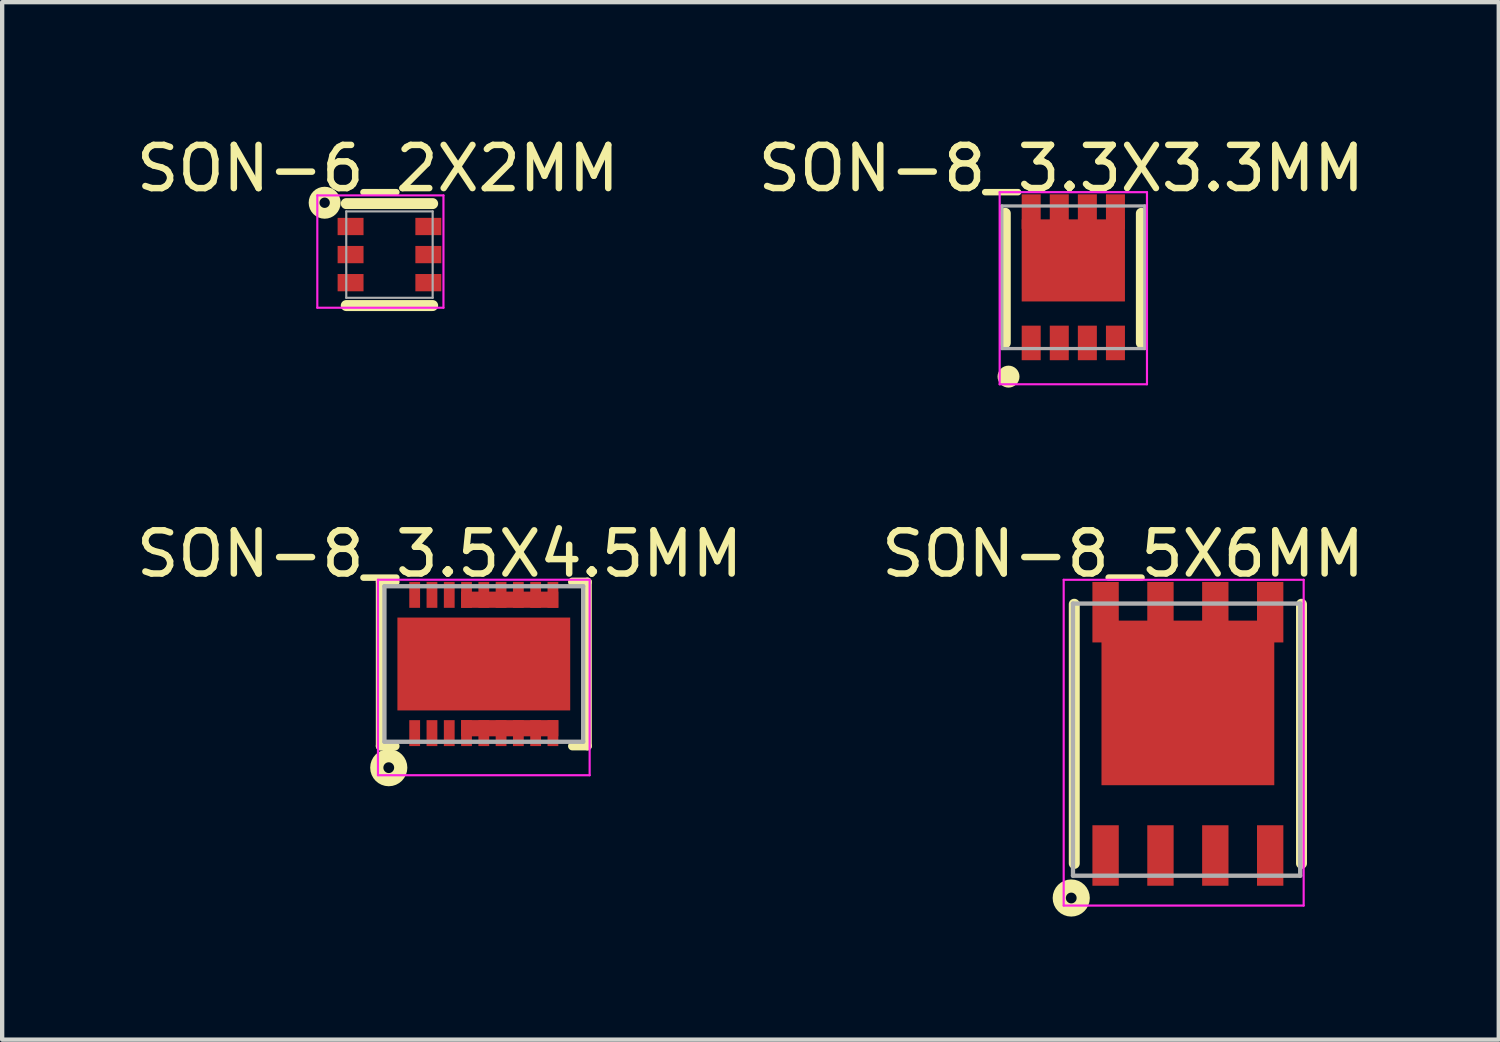
<source format=kicad_pcb>
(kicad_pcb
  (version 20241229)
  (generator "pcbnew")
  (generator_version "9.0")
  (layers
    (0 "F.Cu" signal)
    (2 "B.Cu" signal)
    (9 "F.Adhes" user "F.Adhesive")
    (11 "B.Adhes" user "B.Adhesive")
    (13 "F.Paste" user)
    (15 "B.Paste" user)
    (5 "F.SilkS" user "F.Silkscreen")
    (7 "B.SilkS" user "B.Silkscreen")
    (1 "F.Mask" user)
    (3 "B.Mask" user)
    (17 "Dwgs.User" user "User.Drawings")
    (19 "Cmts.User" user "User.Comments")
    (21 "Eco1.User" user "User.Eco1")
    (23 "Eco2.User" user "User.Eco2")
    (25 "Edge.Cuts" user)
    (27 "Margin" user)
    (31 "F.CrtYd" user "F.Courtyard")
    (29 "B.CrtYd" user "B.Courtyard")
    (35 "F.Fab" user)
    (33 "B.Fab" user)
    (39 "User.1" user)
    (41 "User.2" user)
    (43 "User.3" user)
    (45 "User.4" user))
  (footprint "SON-6_2X2MM"
    (layer "F.Cu")
    (at 5.965 2.843)
    (property "Reference" "SON-6_2X2MM" (at -0.269 -1.994 0) (layer "F.SilkS") (effects (font (size 1 1) (thickness 0.15))))
    (attr through_hole)
    (fp_line (start -1 -1.18) (end 1 -1.18) (stroke (width 0.254) (type solid)) (layer "F.SilkS"))
    (fp_line (start -1 1.18) (end 1 1.18) (stroke (width 0.254) (type solid)) (layer "F.SilkS"))
    (fp_circle (center -1.5 -1.2) (end -1.38 -1.2) (stroke (width 0.25) (type solid)) (fill no) (layer "F.SilkS"))
    (fp_line (start -1.67 -1.37) (end 1.25 -1.37) (stroke (width 0.05) (type solid)) (layer "F.CrtYd"))
    (fp_line (start -1.67 1.23) (end -1.67 -1.37) (stroke (width 0.05) (type solid)) (layer "F.CrtYd"))
    (fp_line (start 1.25 -1.37) (end 1.25 1.23) (stroke (width 0.05) (type solid)) (layer "F.CrtYd"))
    (fp_line (start 1.25 1.23) (end -1.67 1.23) (stroke (width 0.05) (type solid)) (layer "F.CrtYd"))
    (fp_line (start -1 -1) (end 1 -1) (stroke (width 0.05) (type solid)) (layer "F.Fab"))
    (fp_line (start -1 1) (end -1 -1) (stroke (width 0.05) (type solid)) (layer "F.Fab"))
    (fp_line (start -1 1) (end 1 1) (stroke (width 0.05) (type solid)) (layer "F.Fab"))
    (fp_line (start 1 1) (end 1 -1) (stroke (width 0.05) (type solid)) (layer "F.Fab"))
    (pad "1" smd rect (at -0.9 -0.65 90) (size 0.4 0.6) (layers "F.Cu" "F.Mask" "F.Paste"))
    (pad "2" smd rect (at -0.9 0 90) (size 0.4 0.6) (layers "F.Cu" "F.Mask" "F.Paste"))
    (pad "3" smd rect (at -0.9 0.65 90) (size 0.4 0.6) (layers "F.Cu" "F.Mask" "F.Paste"))
    (pad "4" smd rect (at 0.9 0.65 90) (size 0.4 0.6) (layers "F.Cu" "F.Mask" "F.Paste"))
    (pad "5" smd rect (at 0.9 0 90) (size 0.4 0.6) (layers "F.Cu" "F.Mask" "F.Paste"))
    (pad "6" smd rect (at 0.9 -0.65 90) (size 0.4 0.6) (layers "F.Cu" "F.Mask" "F.Paste")))
  (footprint "SON-8_3.5X4.5MM"
    (layer "F.Cu")
    (at 8.149 12.32)
    (property "Reference" "SON-8_3.5X4.5MM" (at -1.024 -2.549 0) (layer "F.SilkS") (effects (font (size 1 1) (thickness 0.15))))
    (attr through_hole)
    (fp_line (start -2.4 -1.9) (end -2.05 -1.9) (stroke (width 0.2) (type solid)) (layer "F.SilkS"))
    (fp_line (start -2.4 1.9) (end -2.4 -1.9) (stroke (width 0.2) (type solid)) (layer "F.SilkS"))
    (fp_line (start -2.4 1.9) (end -2.05 1.9) (stroke (width 0.2) (type solid)) (layer "F.SilkS"))
    (fp_line (start 2.05 -1.9) (end 2.4 -1.9) (stroke (width 0.2) (type solid)) (layer "F.SilkS"))
    (fp_line (start 2.05 1.9) (end 2.4 1.9) (stroke (width 0.2) (type solid)) (layer "F.SilkS"))
    (fp_line (start 2.4 1.9) (end 2.4 -1.9) (stroke (width 0.2) (type solid)) (layer "F.SilkS"))
    (fp_circle (center -2.2 2.4) (end -2.075 2.4) (stroke (width 0.305) (type solid)) (fill no) (layer "F.SilkS"))
    (fp_line (start -2.45 -1.95) (end 2.45 -1.95) (stroke (width 0.05) (type solid)) (layer "F.CrtYd"))
    (fp_line (start -2.45 2.575) (end -2.45 -1.95) (stroke (width 0.05) (type solid)) (layer "F.CrtYd"))
    (fp_line (start 2.45 -1.95) (end 2.45 2.575) (stroke (width 0.05) (type solid)) (layer "F.CrtYd"))
    (fp_line (start 2.45 2.575) (end -2.45 2.575) (stroke (width 0.05) (type solid)) (layer "F.CrtYd"))
    (fp_line (start -2.3 -1.8) (end 2.3 -1.8) (stroke (width 0.1) (type solid)) (layer "F.Fab"))
    (fp_line (start -2.3 1.8) (end -2.3 -1.8) (stroke (width 0.1) (type solid)) (layer "F.Fab"))
    (fp_line (start -2.3 1.8) (end 2.3 1.8) (stroke (width 0.1) (type solid)) (layer "F.Fab"))
    (fp_line (start 2.3 1.8) (end 2.3 -1.8) (stroke (width 0.1) (type solid)) (layer "F.Fab"))
    (pad "0" smd rect (at 0 0 90) (size 2.15 4) (layers "F.Cu" "F.Mask" "F.Paste"))
    (pad "1" smd rect (at -1.6 1.6) (size 0.25 0.6) (layers "F.Cu" "F.Mask" "F.Paste"))
    (pad "2" smd rect (at -1.2 1.6) (size 0.25 0.6) (layers "F.Cu" "F.Mask" "F.Paste"))
    (pad "3" smd rect (at -0.8 1.6) (size 0.25 0.6) (layers "F.Cu" "F.Mask" "F.Paste"))
    (pad "4" smd rect (at -0.4 1.6) (size 0.25 0.6) (layers "F.Cu" "F.Mask" "F.Paste"))
    (pad "4" smd rect (at 0 1.6) (size 0.25 0.6) (layers "F.Cu" "F.Mask" "F.Paste"))
    (pad "4" smd rect (at 0.4 1.6) (size 0.25 0.6) (layers "F.Cu" "F.Mask" "F.Paste"))
    (pad "4" smd rect (at 0.6 1.487 180) (size 2.25 0.375) (layers "F.Cu" "F.Mask" "F.Paste"))
    (pad "4" smd rect (at 0.8 1.6) (size 0.25 0.6) (layers "F.Cu" "F.Mask" "F.Paste"))
    (pad "4" smd rect (at 1.2 1.6) (size 0.25 0.6) (layers "F.Cu" "F.Mask" "F.Paste"))
    (pad "4" smd rect (at 1.6 1.6) (size 0.25 0.6) (layers "F.Cu" "F.Mask" "F.Paste"))
    (pad "5" smd rect (at -0.4 -1.6) (size 0.25 0.6) (layers "F.Cu" "F.Mask" "F.Paste"))
    (pad "5" smd rect (at 0 -1.6) (size 0.25 0.6) (layers "F.Cu" "F.Mask" "F.Paste"))
    (pad "5" smd rect (at 0.4 -1.6) (size 0.25 0.6) (layers "F.Cu" "F.Mask" "F.Paste"))
    (pad "5" smd rect (at 0.6 -1.488 180) (size 2.25 0.375) (layers "F.Cu" "F.Mask" "F.Paste"))
    (pad "5" smd rect (at 0.8 -1.6) (size 0.25 0.6) (layers "F.Cu" "F.Mask" "F.Paste"))
    (pad "5" smd rect (at 1.2 -1.6) (size 0.25 0.6) (layers "F.Cu" "F.Mask" "F.Paste"))
    (pad "5" smd rect (at 1.6 -1.6) (size 0.25 0.6) (layers "F.Cu" "F.Mask" "F.Paste"))
    (pad "6" smd rect (at -0.8 -1.6) (size 0.25 0.6) (layers "F.Cu" "F.Mask" "F.Paste"))
    (pad "7" smd rect (at -1.2 -1.6) (size 0.25 0.6) (layers "F.Cu" "F.Mask" "F.Paste"))
    (pad "8" smd rect (at -1.6 -1.6) (size 0.25 0.6) (layers "F.Cu" "F.Mask" "F.Paste")))
  (footprint "SON-8_3.3X3.3MM"
    (layer "F.Cu")
    (at 21.795 3.368)
    (property "Reference" "SON-8_3.3X3.3MM" (at -0.278 -2.52 0) (layer "F.SilkS") (effects (font (size 1 1) (thickness 0.15))))
    (attr through_hole)
    (fp_line (start -1.575 1.52) (end -1.575 -1.48) (stroke (width 0.254) (type solid)) (layer "F.SilkS"))
    (fp_line (start 1.575 1.52) (end 1.575 -1.48) (stroke (width 0.254) (type solid)) (layer "F.SilkS"))
    (fp_circle (center -1.5 2.3) (end -1.373 2.3) (stroke (width 0.254) (type solid)) (fill no) (layer "F.SilkS"))
    (fp_line (start -1.705 -1.97) (end 1.705 -1.97) (stroke (width 0.05) (type solid)) (layer "F.CrtYd"))
    (fp_line (start -1.705 2.477) (end -1.705 -1.97) (stroke (width 0.05) (type solid)) (layer "F.CrtYd"))
    (fp_line (start 1.705 -1.97) (end 1.705 2.477) (stroke (width 0.05) (type solid)) (layer "F.CrtYd"))
    (fp_line (start 1.705 2.477) (end -1.705 2.477) (stroke (width 0.05) (type solid)) (layer "F.CrtYd"))
    (fp_line (start -1.655 -1.65) (end 1.655 -1.65) (stroke (width 0.076) (type solid)) (layer "F.Fab"))
    (fp_line (start -1.655 1.65) (end -1.655 -1.65) (stroke (width 0.076) (type solid)) (layer "F.Fab"))
    (fp_line (start -1.655 1.65) (end 1.655 1.65) (stroke (width 0.076) (type solid)) (layer "F.Fab"))
    (fp_line (start 1.655 1.65) (end 1.655 -1.65) (stroke (width 0.076) (type solid)) (layer "F.Fab"))
    (pad "1" smd rect (at -0.975 1.52) (size 0.44 0.8) (layers "F.Cu" "F.Mask" "F.Paste"))
    (pad "2" smd rect (at -0.325 1.52) (size 0.44 0.8) (layers "F.Cu" "F.Mask" "F.Paste"))
    (pad "3" smd rect (at 0.325 1.52) (size 0.44 0.8) (layers "F.Cu" "F.Mask" "F.Paste"))
    (pad "4" smd rect (at 0.975 1.52) (size 0.44 0.8) (layers "F.Cu" "F.Mask" "F.Paste"))
    (pad "5" smd rect (at 0.975 -1.52 180) (size 0.44 0.8) (layers "F.Cu" "F.Mask" "F.Paste"))
    (pad "6" smd rect (at 0.325 -1.52 180) (size 0.44 0.8) (layers "F.Cu" "F.Mask" "F.Paste"))
    (pad "7" smd rect (at -0.325 -1.52 180) (size 0.44 0.8) (layers "F.Cu" "F.Mask" "F.Paste"))
    (pad "8" smd rect (at -0.975 -1.52 180) (size 0.44 0.8) (layers "F.Cu" "F.Mask" "F.Paste"))
    (pad "8" smd rect (at 0 -0.39) (size 2.39 1.9) (layers "F.Cu" "F.Mask" "F.Paste")))
  (footprint "SON-8_5X6MM"
    (layer "F.Cu")
    (at 24.447 13.937)
    (property "Reference" "SON-8_5X6MM" (at -1.501 -4.167 0) (layer "F.SilkS") (effects (font (size 1 1) (thickness 0.15))))
    (attr through_hole)
    (fp_line (start -2.63 3) (end -2.63 -3) (stroke (width 0.254) (type solid)) (layer "F.SilkS"))
    (fp_line (start 2.63 3) (end 2.63 -3) (stroke (width 0.254) (type solid)) (layer "F.SilkS"))
    (fp_circle (center -2.7 3.8) (end -2.575 3.8) (stroke (width 0.305) (type solid)) (fill no) (layer "F.SilkS"))
    (fp_line (start -2.875 -3.566) (end 2.68 -3.566) (stroke (width 0.05) (type solid)) (layer "F.CrtYd"))
    (fp_line (start -2.875 3.975) (end -2.875 -3.566) (stroke (width 0.05) (type solid)) (layer "F.CrtYd"))
    (fp_line (start 2.68 -3.566) (end 2.68 3.975) (stroke (width 0.05) (type solid)) (layer "F.CrtYd"))
    (fp_line (start 2.68 3.975) (end -2.875 3.975) (stroke (width 0.05) (type solid)) (layer "F.CrtYd"))
    (fp_line (start -2.66 -3.016) (end 2.6 -3.016) (stroke (width 0.1) (type solid)) (layer "F.Fab"))
    (fp_line (start -2.66 3.284) (end -2.66 -3.016) (stroke (width 0.1) (type solid)) (layer "F.Fab"))
    (fp_line (start -2.66 3.284) (end 2.6 3.284) (stroke (width 0.1) (type solid)) (layer "F.Fab"))
    (fp_line (start 2.6 3.284) (end 2.6 -3.016) (stroke (width 0.1) (type solid)) (layer "F.Fab"))
    (pad "1" smd rect (at -1.905 2.816) (size 0.61 1.4) (layers "F.Cu" "F.Mask" "F.Paste"))
    (pad "2" smd rect (at -0.635 2.816) (size 0.61 1.4) (layers "F.Cu" "F.Mask" "F.Paste"))
    (pad "3" smd rect (at 0.635 2.816) (size 0.61 1.4) (layers "F.Cu" "F.Mask" "F.Paste"))
    (pad "4" smd rect (at 1.905 2.816) (size 0.61 1.4) (layers "F.Cu" "F.Mask" "F.Paste"))
    (pad "5" smd rect (at 1.905 -2.816) (size 0.61 1.4) (layers "F.Cu" "F.Mask" "F.Paste"))
    (pad "6" smd rect (at 0.635 -2.816) (size 0.61 1.4) (layers "F.Cu" "F.Mask" "F.Paste"))
    (pad "7" smd rect (at -0.635 -2.816) (size 0.61 1.4) (layers "F.Cu" "F.Mask" "F.Paste"))
    (pad "8" smd rect (at -1.905 -2.816) (size 0.61 1.4) (layers "F.Cu" "F.Mask" "F.Paste"))
    (pad "8" smd rect (at 0 -0.716 90) (size 3.81 4) (layers "F.Cu" "F.Mask" "F.Paste")))
  (gr_rect
    (start -3 -3)
    (end 31.643 21.015)
    (stroke (width 0.1) (type default))
    (fill no)
    (layer "Edge.Cuts")))
</source>
